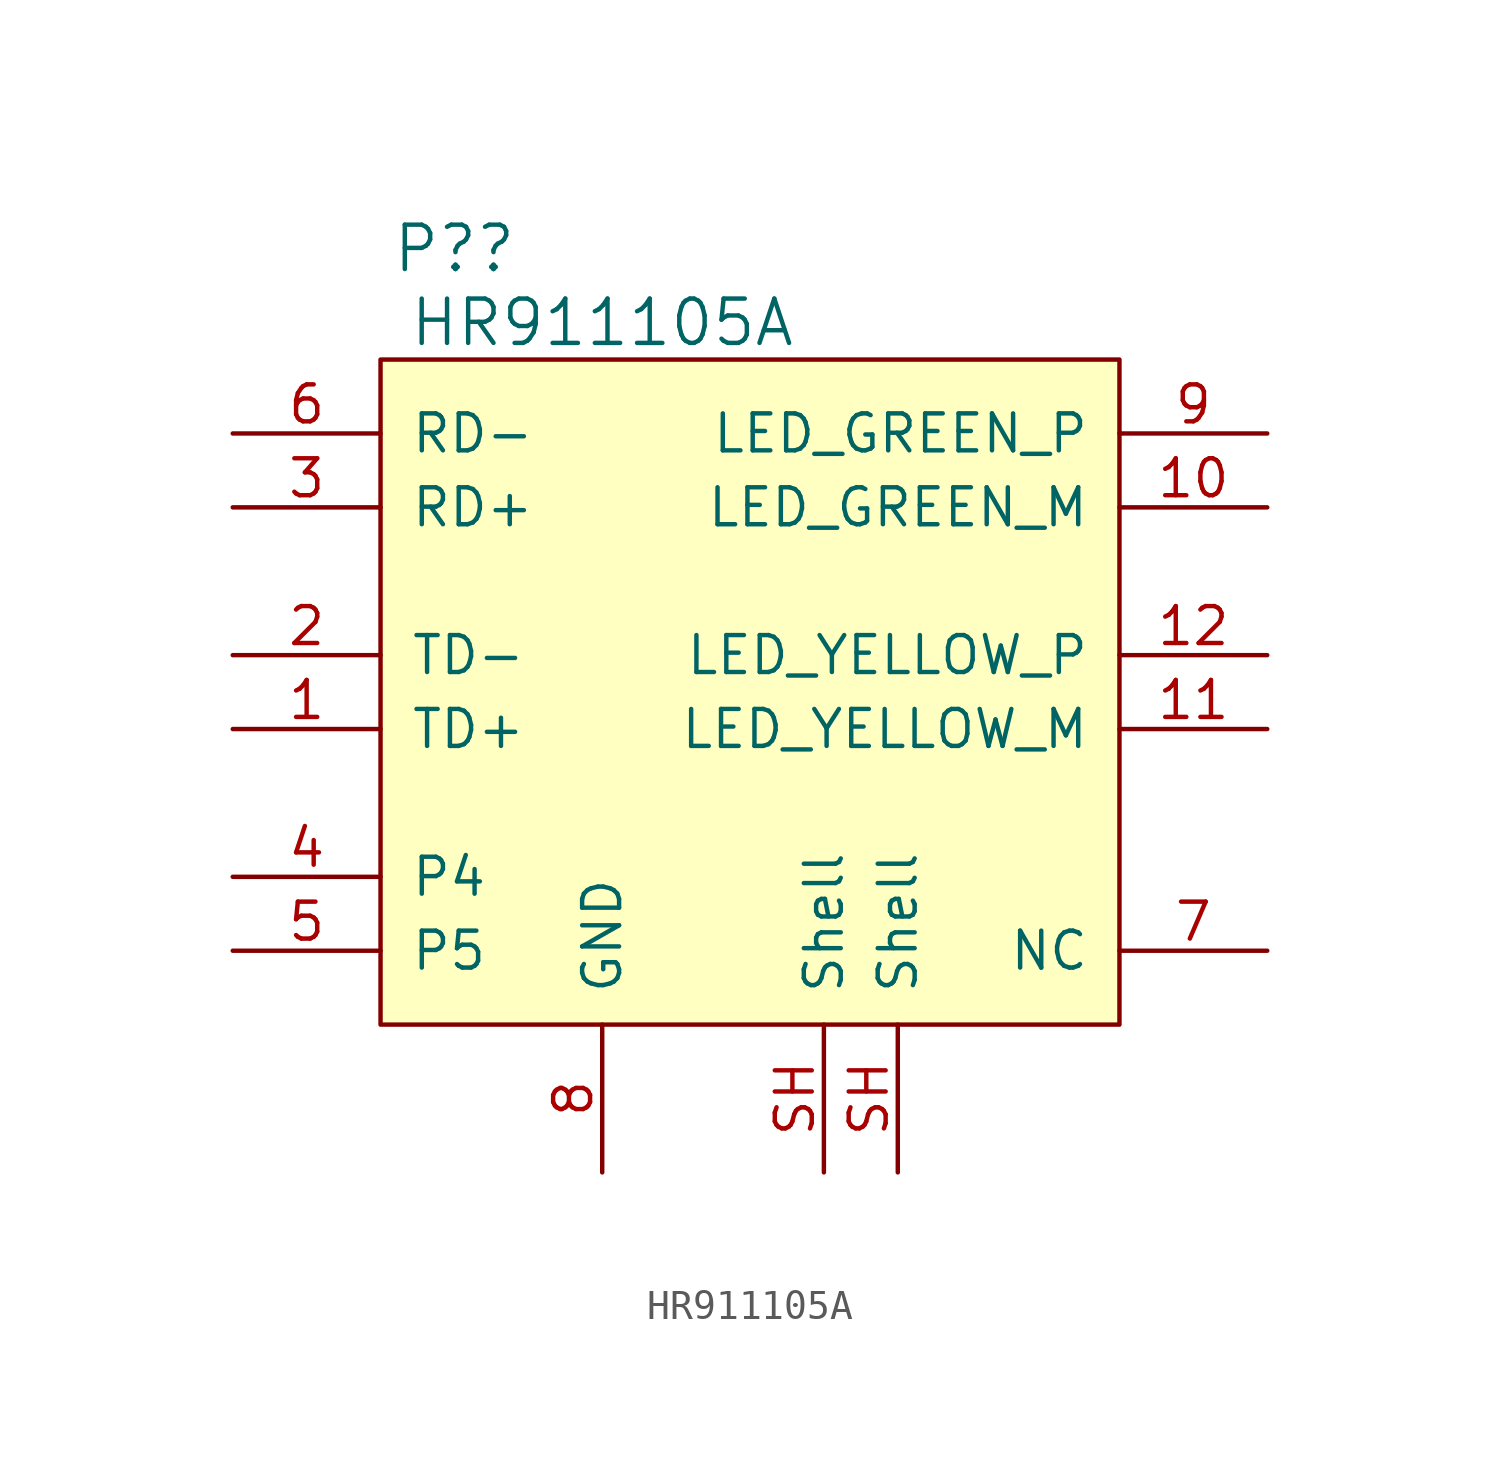
<source format=kicad_sym>
(kicad_symbol_lib
  (version 20211014)
  (generator kicad_symbol_editor)
  (symbol "HR911105A"
    (pin_names
      (offset 1.016))
    (property "Reference" "P?"
      (at -10.16 13.97 0)
      (effects (font (size 1.524 1.524))))
    (property "Value" "HR911105A"
      (at -5.08 11.43 0)
      (effects (font (size 1.524 1.524))))
    (property "Datasheet" ""
      (at -3.81 3.81 0)
      (effects (font (size 1.524 1.524))))
    (symbol "HR911105A_0_1"
      (rectangle (start -12.7 10.16) (end 12.7 -12.7) (stroke (width 0) (type default) (color 0 0 0 0)) (fill (type background))))
    (symbol "HR911105A_1_1"
      (pin input line (at -17.78 -2.54 0) (length 5.08) (name "TD+" (effects (font (size 1.27 1.27)))) (number "1" (effects (font (size 1.27 1.27)))))
      (pin input line (at 17.78 5.08 180) (length 5.08) (name "LED_GREEN_M" (effects (font (size 1.27 1.27)))) (number "10" (effects (font (size 1.27 1.27)))))
      (pin input line (at 17.78 -2.54 180) (length 5.08) (name "LED_YELLOW_M" (effects (font (size 1.27 1.27)))) (number "11" (effects (font (size 1.27 1.27)))))
      (pin input line (at 17.78 0 180) (length 5.08) (name "LED_YELLOW_P" (effects (font (size 1.27 1.27)))) (number "12" (effects (font (size 1.27 1.27)))))
      (pin input line (at -17.78 0 0) (length 5.08) (name "TD-" (effects (font (size 1.27 1.27)))) (number "2" (effects (font (size 1.27 1.27)))))
      (pin input line (at -17.78 5.08 0) (length 5.08) (name "RD+" (effects (font (size 1.27 1.27)))) (number "3" (effects (font (size 1.27 1.27)))))
      (pin input line (at -17.78 -7.62 0) (length 5.08) (name "P4" (effects (font (size 1.27 1.27)))) (number "4" (effects (font (size 1.27 1.27)))))
      (pin input line (at -17.78 -10.16 0) (length 5.08) (name "P5" (effects (font (size 1.27 1.27)))) (number "5" (effects (font (size 1.27 1.27)))))
      (pin input line (at -17.78 7.62 0) (length 5.08) (name "RD-" (effects (font (size 1.27 1.27)))) (number "6" (effects (font (size 1.27 1.27)))))
      (pin input line (at 17.78 -10.16 180) (length 5.08) (name "NC" (effects (font (size 1.27 1.27)))) (number "7" (effects (font (size 1.27 1.27)))))
      (pin input line (at -5.08 -17.78 90) (length 5.08) (name "GND" (effects (font (size 1.27 1.27)))) (number "8" (effects (font (size 1.27 1.27)))))
      (pin input line (at 17.78 7.62 180) (length 5.08) (name "LED_GREEN_P" (effects (font (size 1.27 1.27)))) (number "9" (effects (font (size 1.27 1.27)))))
      (pin input line (at 2.54 -17.78 90) (length 5.08) (name "Shell" (effects (font (size 1.27 1.27)))) (number "SH" (effects (font (size 1.27 1.27)))))
      (pin input line (at 5.08 -17.78 90) (length 5.08) (name "Shell" (effects (font (size 1.27 1.27)))) (number "SH" (effects (font (size 1.27 1.27))))))))
</source>
